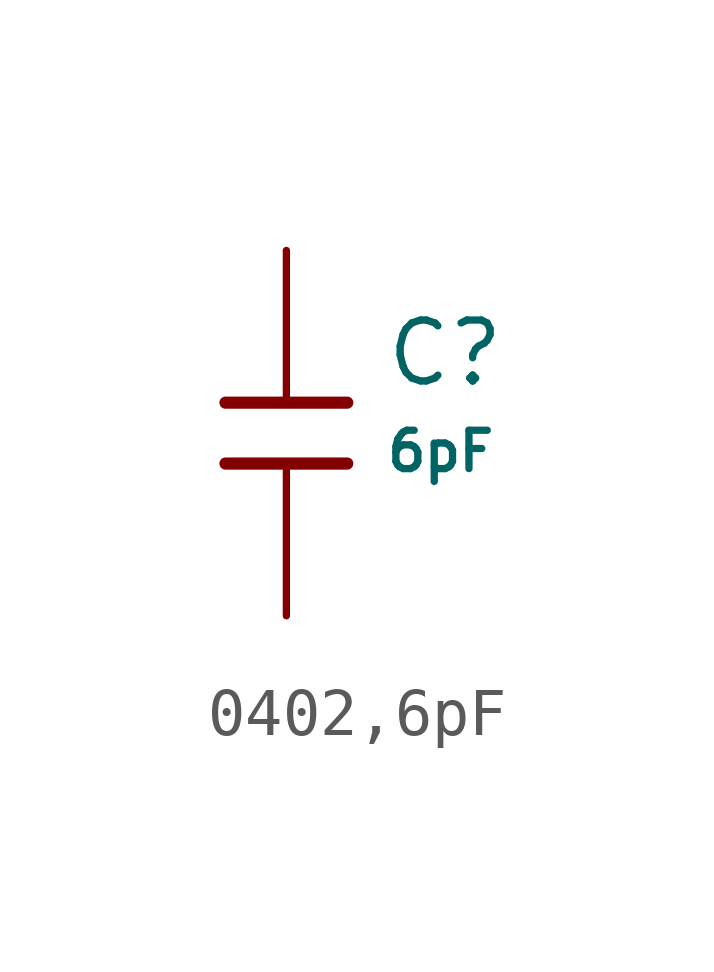
<source format=kicad_sym>
(kicad_symbol_lib
  (version 20231120)
  (generator "CDFER")
  (generator_version "8.0")
  (symbol "0402,6pF"
    (pin_numbers hide)
    (pin_names
      (offset 0))
    (property "Reference" "C"
      (at 2.032 1.668 0)
      (effects (font (size 1.27 1.27)) (justify left)))
    (property "Value" "6pF"
      (at 2.032 -0.378 0)
      (effects (font (size 0.8 0.8)) (justify left)))
    (symbol "0402,6pF_0_1"
      (polyline (pts (xy -1.27 0.635) (xy 1.27 0.635)) (stroke (width 0.254) (type default)) (fill (type none))))
    (symbol "0402,6pF_0_1"
      (polyline (pts (xy -1.27 -0.635) (xy 1.27 -0.635)) (stroke (width 0.254) (type default)) (fill (type none))))
    (symbol "0402,6pF_1_1"
      (pin passive line (at 0 3.81 270) (length 3.175) (name "~" (effects (font (size 1.27 1.27)))) (number "1" (effects (font (size 1.27 1.27)))))
      (pin passive line (at 0 -3.81 90) (length 3.175) (name "~" (effects (font (size 1.27 1.27)))) (number "2" (effects (font (size 1.27 1.27))))))))
</source>
